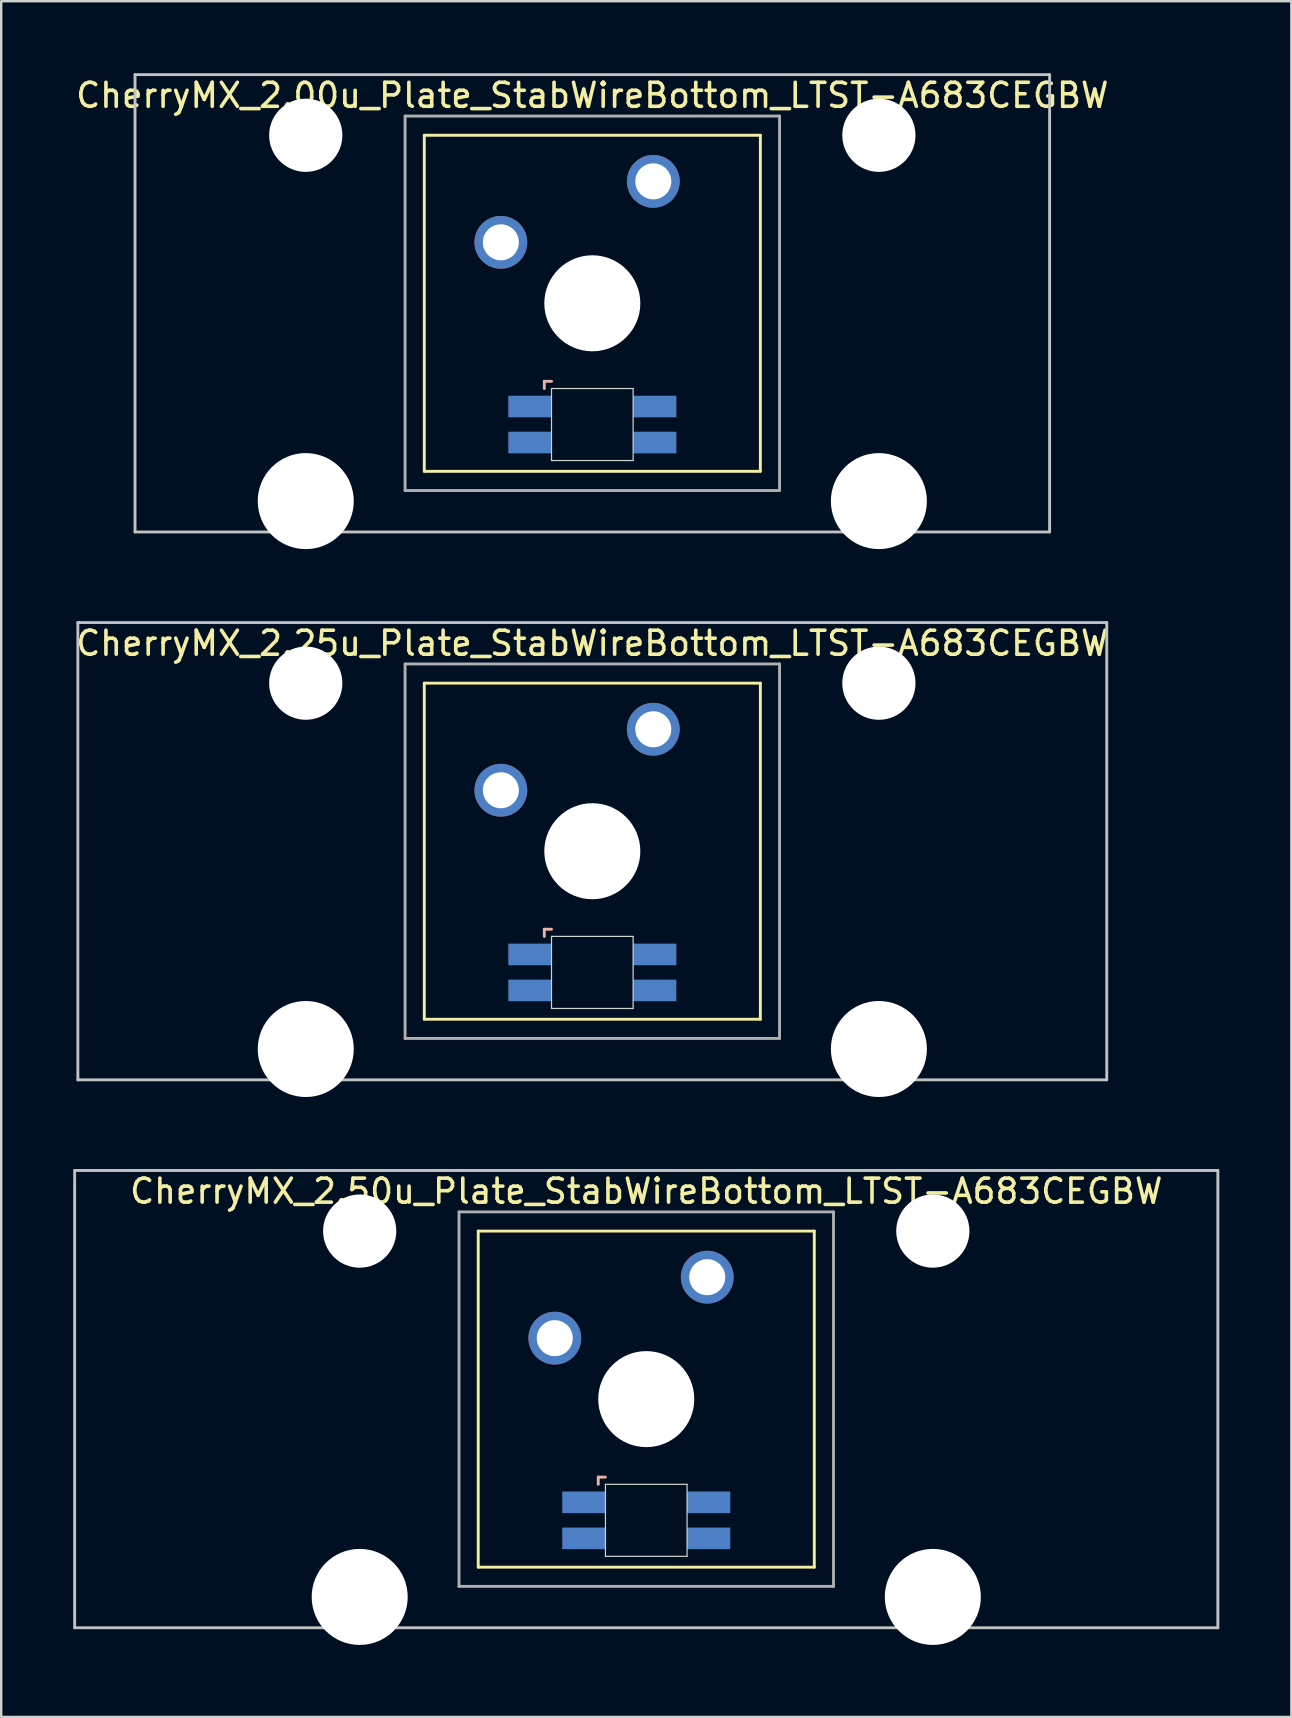
<source format=kicad_pcb>
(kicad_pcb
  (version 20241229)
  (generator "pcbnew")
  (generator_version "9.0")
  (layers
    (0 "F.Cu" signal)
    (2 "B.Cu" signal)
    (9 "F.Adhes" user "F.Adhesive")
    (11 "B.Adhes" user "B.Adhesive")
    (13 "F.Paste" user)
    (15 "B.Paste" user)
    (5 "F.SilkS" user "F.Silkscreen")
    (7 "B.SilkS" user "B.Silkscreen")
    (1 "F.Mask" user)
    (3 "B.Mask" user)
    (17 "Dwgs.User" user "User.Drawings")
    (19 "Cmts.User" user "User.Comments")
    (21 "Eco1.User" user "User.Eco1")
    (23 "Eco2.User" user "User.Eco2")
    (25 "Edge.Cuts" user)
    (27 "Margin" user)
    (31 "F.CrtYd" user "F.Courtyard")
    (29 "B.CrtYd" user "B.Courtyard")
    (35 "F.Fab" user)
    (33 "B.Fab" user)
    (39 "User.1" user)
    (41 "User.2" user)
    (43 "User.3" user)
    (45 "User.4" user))
  (footprint "CherryMX_2.00u_Plate_StabWireBottom_LTST-A683CEGBW"
    (layer "F.Cu")
    (at 21.625 9.585)
    (property "Reference" "CherryMX_2.00u_Plate_StabWireBottom_LTST-A683CEGBW" (at 0 -8.662 0) (layer "F.SilkS") (effects (font (size 1 1) (thickness 0.15))))
    (attr through_hole)
    (fp_line (start -7 -7) (end -7 7) (stroke (width 0.12) (type solid)) (layer "F.SilkS"))
    (fp_line (start -7 -7) (end 7 -7) (stroke (width 0.12) (type solid)) (layer "F.SilkS"))
    (fp_line (start 7 -7) (end 7 7) (stroke (width 0.12) (type solid)) (layer "F.SilkS"))
    (fp_line (start 7 7) (end -7 7) (stroke (width 0.12) (type solid)) (layer "F.SilkS"))
    (fp_line (start -2 3.25) (end -2 3.55) (stroke (width 0.12) (type solid)) (layer "B.SilkS"))
    (fp_line (start -1.7 3.25) (end -2 3.25) (stroke (width 0.12) (type solid)) (layer "B.SilkS"))
    (fp_line (start -19.05 -9.525) (end 19.05 -9.525) (stroke (width 0.12) (type solid)) (layer "Dwgs.User"))
    (fp_line (start -19.05 9.525) (end -19.05 -9.525) (stroke (width 0.12) (type solid)) (layer "Dwgs.User"))
    (fp_line (start 19.05 -9.525) (end 19.05 9.525) (stroke (width 0.12) (type solid)) (layer "Dwgs.User"))
    (fp_line (start 19.05 9.525) (end -19.05 9.525) (stroke (width 0.12) (type solid)) (layer "Dwgs.User"))
    (fp_line (start -1.7 3.55) (end 1.7 3.55) (stroke (width 0.05) (type solid)) (layer "Edge.Cuts"))
    (fp_line (start -1.7 6.55) (end -1.7 3.55) (stroke (width 0.05) (type solid)) (layer "Edge.Cuts"))
    (fp_line (start 1.7 3.55) (end 1.7 6.55) (stroke (width 0.05) (type solid)) (layer "Edge.Cuts"))
    (fp_line (start 1.7 6.55) (end -1.7 6.55) (stroke (width 0.05) (type solid)) (layer "Edge.Cuts"))
    (fp_line (start -7.8 -7.8) (end -7.8 7.8) (stroke (width 0.12) (type solid)) (layer "F.Fab"))
    (fp_line (start -7.8 -7.8) (end 7.8 -7.8) (stroke (width 0.12) (type solid)) (layer "F.Fab"))
    (fp_line (start -7.8 7.8) (end 7.8 7.8) (stroke (width 0.12) (type solid)) (layer "F.Fab"))
    (fp_line (start 7.8 -7.8) (end 7.8 7.8) (stroke (width 0.12) (type solid)) (layer "F.Fab"))
    (pad "" np_thru_hole circle (at -11.938 -7) (size 3.05 3.05) (drill 3.05) (layers "*.Cu" "*.Mask"))
    (pad "" np_thru_hole circle (at -11.938 8.24) (size 4 4) (drill 4) (layers "*.Cu" "*.Mask"))
    (pad "" np_thru_hole circle (at 0 0) (size 4 4) (drill 4) (layers "*.Cu" "*.Mask"))
    (pad "" np_thru_hole circle (at 11.938 -7) (size 3.05 3.05) (drill 3.05) (layers "*.Cu" "*.Mask"))
    (pad "" np_thru_hole circle (at 11.938 8.24) (size 4 4) (drill 4) (layers "*.Cu" "*.Mask"))
    (pad "1" thru_hole circle (at -3.81 -2.54) (size 2.2 2.2) (drill 1.5) (layers "*.Cu" "*.Mask"))
    (pad "2" thru_hole circle (at 2.54 -5.08) (size 2.2 2.2) (drill 1.5) (layers "*.Cu" "*.Mask"))
    (pad "3" smd rect (at -2.6 4.3) (size 1.8 0.9) (layers "B.Cu" "B.Mask" "B.Paste"))
    (pad "4" smd rect (at -2.6 5.8) (size 1.8 0.9) (layers "B.Cu" "B.Mask" "B.Paste"))
    (pad "5" smd rect (at 2.6 4.3) (size 1.8 0.9) (layers "B.Cu" "B.Mask" "B.Paste"))
    (pad "6" smd rect (at 2.6 5.8) (size 1.8 0.9) (layers "B.Cu" "B.Mask" "B.Paste")))
  (footprint "CherryMX_2.25u_Plate_StabWireBottom_LTST-A683CEGBW"
    (layer "F.Cu")
    (at 21.625 32.41)
    (property "Reference" "CherryMX_2.25u_Plate_StabWireBottom_LTST-A683CEGBW" (at 0 -8.662 0) (layer "F.SilkS") (effects (font (size 1 1) (thickness 0.15))))
    (attr through_hole)
    (fp_line (start -7 -7) (end -7 7) (stroke (width 0.12) (type solid)) (layer "F.SilkS"))
    (fp_line (start -7 -7) (end 7 -7) (stroke (width 0.12) (type solid)) (layer "F.SilkS"))
    (fp_line (start 7 -7) (end 7 7) (stroke (width 0.12) (type solid)) (layer "F.SilkS"))
    (fp_line (start 7 7) (end -7 7) (stroke (width 0.12) (type solid)) (layer "F.SilkS"))
    (fp_line (start -2 3.25) (end -2 3.55) (stroke (width 0.12) (type solid)) (layer "B.SilkS"))
    (fp_line (start -1.7 3.25) (end -2 3.25) (stroke (width 0.12) (type solid)) (layer "B.SilkS"))
    (fp_line (start -21.431 -9.525) (end 21.431 -9.525) (stroke (width 0.12) (type solid)) (layer "Dwgs.User"))
    (fp_line (start -21.431 9.525) (end -21.431 -9.525) (stroke (width 0.12) (type solid)) (layer "Dwgs.User"))
    (fp_line (start 21.431 -9.525) (end 21.431 9.525) (stroke (width 0.12) (type solid)) (layer "Dwgs.User"))
    (fp_line (start 21.431 9.525) (end -21.431 9.525) (stroke (width 0.12) (type solid)) (layer "Dwgs.User"))
    (fp_line (start -1.7 3.55) (end 1.7 3.55) (stroke (width 0.05) (type solid)) (layer "Edge.Cuts"))
    (fp_line (start -1.7 6.55) (end -1.7 3.55) (stroke (width 0.05) (type solid)) (layer "Edge.Cuts"))
    (fp_line (start 1.7 3.55) (end 1.7 6.55) (stroke (width 0.05) (type solid)) (layer "Edge.Cuts"))
    (fp_line (start 1.7 6.55) (end -1.7 6.55) (stroke (width 0.05) (type solid)) (layer "Edge.Cuts"))
    (fp_line (start -7.8 -7.8) (end -7.8 7.8) (stroke (width 0.12) (type solid)) (layer "F.Fab"))
    (fp_line (start -7.8 -7.8) (end 7.8 -7.8) (stroke (width 0.12) (type solid)) (layer "F.Fab"))
    (fp_line (start -7.8 7.8) (end 7.8 7.8) (stroke (width 0.12) (type solid)) (layer "F.Fab"))
    (fp_line (start 7.8 -7.8) (end 7.8 7.8) (stroke (width 0.12) (type solid)) (layer "F.Fab"))
    (pad "" np_thru_hole circle (at -11.938 -7) (size 3.05 3.05) (drill 3.05) (layers "*.Cu" "*.Mask"))
    (pad "" np_thru_hole circle (at -11.938 8.24) (size 4 4) (drill 4) (layers "*.Cu" "*.Mask"))
    (pad "" np_thru_hole circle (at 0 0) (size 4 4) (drill 4) (layers "*.Cu" "*.Mask"))
    (pad "" np_thru_hole circle (at 11.938 -7) (size 3.05 3.05) (drill 3.05) (layers "*.Cu" "*.Mask"))
    (pad "" np_thru_hole circle (at 11.938 8.24) (size 4 4) (drill 4) (layers "*.Cu" "*.Mask"))
    (pad "1" thru_hole circle (at -3.81 -2.54) (size 2.2 2.2) (drill 1.5) (layers "*.Cu" "*.Mask"))
    (pad "2" thru_hole circle (at 2.54 -5.08) (size 2.2 2.2) (drill 1.5) (layers "*.Cu" "*.Mask"))
    (pad "3" smd rect (at -2.6 4.3) (size 1.8 0.9) (layers "B.Cu" "B.Mask" "B.Paste"))
    (pad "4" smd rect (at -2.6 5.8) (size 1.8 0.9) (layers "B.Cu" "B.Mask" "B.Paste"))
    (pad "5" smd rect (at 2.6 4.3) (size 1.8 0.9) (layers "B.Cu" "B.Mask" "B.Paste"))
    (pad "6" smd rect (at 2.6 5.8) (size 1.8 0.9) (layers "B.Cu" "B.Mask" "B.Paste")))
  (footprint "CherryMX_2.50u_Plate_StabWireBottom_LTST-A683CEGBW"
    (layer "F.Cu")
    (at 23.872 55.235)
    (property "Reference" "CherryMX_2.50u_Plate_StabWireBottom_LTST-A683CEGBW" (at 0 -8.662 0) (layer "F.SilkS") (effects (font (size 1 1) (thickness 0.15))))
    (attr through_hole)
    (fp_line (start -7 -7) (end -7 7) (stroke (width 0.12) (type solid)) (layer "F.SilkS"))
    (fp_line (start -7 -7) (end 7 -7) (stroke (width 0.12) (type solid)) (layer "F.SilkS"))
    (fp_line (start 7 -7) (end 7 7) (stroke (width 0.12) (type solid)) (layer "F.SilkS"))
    (fp_line (start 7 7) (end -7 7) (stroke (width 0.12) (type solid)) (layer "F.SilkS"))
    (fp_line (start -2 3.25) (end -2 3.55) (stroke (width 0.12) (type solid)) (layer "B.SilkS"))
    (fp_line (start -1.7 3.25) (end -2 3.25) (stroke (width 0.12) (type solid)) (layer "B.SilkS"))
    (fp_line (start -23.812 -9.525) (end 23.812 -9.525) (stroke (width 0.12) (type solid)) (layer "Dwgs.User"))
    (fp_line (start -23.812 9.525) (end -23.812 -9.525) (stroke (width 0.12) (type solid)) (layer "Dwgs.User"))
    (fp_line (start 23.812 -9.525) (end 23.812 9.525) (stroke (width 0.12) (type solid)) (layer "Dwgs.User"))
    (fp_line (start 23.812 9.525) (end -23.812 9.525) (stroke (width 0.12) (type solid)) (layer "Dwgs.User"))
    (fp_line (start -1.7 3.55) (end 1.7 3.55) (stroke (width 0.05) (type solid)) (layer "Edge.Cuts"))
    (fp_line (start -1.7 6.55) (end -1.7 3.55) (stroke (width 0.05) (type solid)) (layer "Edge.Cuts"))
    (fp_line (start 1.7 3.55) (end 1.7 6.55) (stroke (width 0.05) (type solid)) (layer "Edge.Cuts"))
    (fp_line (start 1.7 6.55) (end -1.7 6.55) (stroke (width 0.05) (type solid)) (layer "Edge.Cuts"))
    (fp_line (start -7.8 -7.8) (end -7.8 7.8) (stroke (width 0.12) (type solid)) (layer "F.Fab"))
    (fp_line (start -7.8 -7.8) (end 7.8 -7.8) (stroke (width 0.12) (type solid)) (layer "F.Fab"))
    (fp_line (start -7.8 7.8) (end 7.8 7.8) (stroke (width 0.12) (type solid)) (layer "F.Fab"))
    (fp_line (start 7.8 -7.8) (end 7.8 7.8) (stroke (width 0.12) (type solid)) (layer "F.Fab"))
    (pad "" np_thru_hole circle (at -11.938 -7) (size 3.05 3.05) (drill 3.05) (layers "*.Cu" "*.Mask"))
    (pad "" np_thru_hole circle (at -11.938 8.24) (size 4 4) (drill 4) (layers "*.Cu" "*.Mask"))
    (pad "" np_thru_hole circle (at 0 0) (size 4 4) (drill 4) (layers "*.Cu" "*.Mask"))
    (pad "" np_thru_hole circle (at 11.938 -7) (size 3.05 3.05) (drill 3.05) (layers "*.Cu" "*.Mask"))
    (pad "" np_thru_hole circle (at 11.938 8.24) (size 4 4) (drill 4) (layers "*.Cu" "*.Mask"))
    (pad "1" thru_hole circle (at -3.81 -2.54) (size 2.2 2.2) (drill 1.5) (layers "*.Cu" "*.Mask"))
    (pad "2" thru_hole circle (at 2.54 -5.08) (size 2.2 2.2) (drill 1.5) (layers "*.Cu" "*.Mask"))
    (pad "3" smd rect (at -2.6 4.3) (size 1.8 0.9) (layers "B.Cu" "B.Mask" "B.Paste"))
    (pad "4" smd rect (at -2.6 5.8) (size 1.8 0.9) (layers "B.Cu" "B.Mask" "B.Paste"))
    (pad "5" smd rect (at 2.6 4.3) (size 1.8 0.9) (layers "B.Cu" "B.Mask" "B.Paste"))
    (pad "6" smd rect (at 2.6 5.8) (size 1.8 0.9) (layers "B.Cu" "B.Mask" "B.Paste")))
  (gr_rect
    (start -3 -3)
    (end 50.745 68.475)
    (stroke (width 0.1) (type default))
    (fill no)
    (layer "Edge.Cuts")))
</source>
